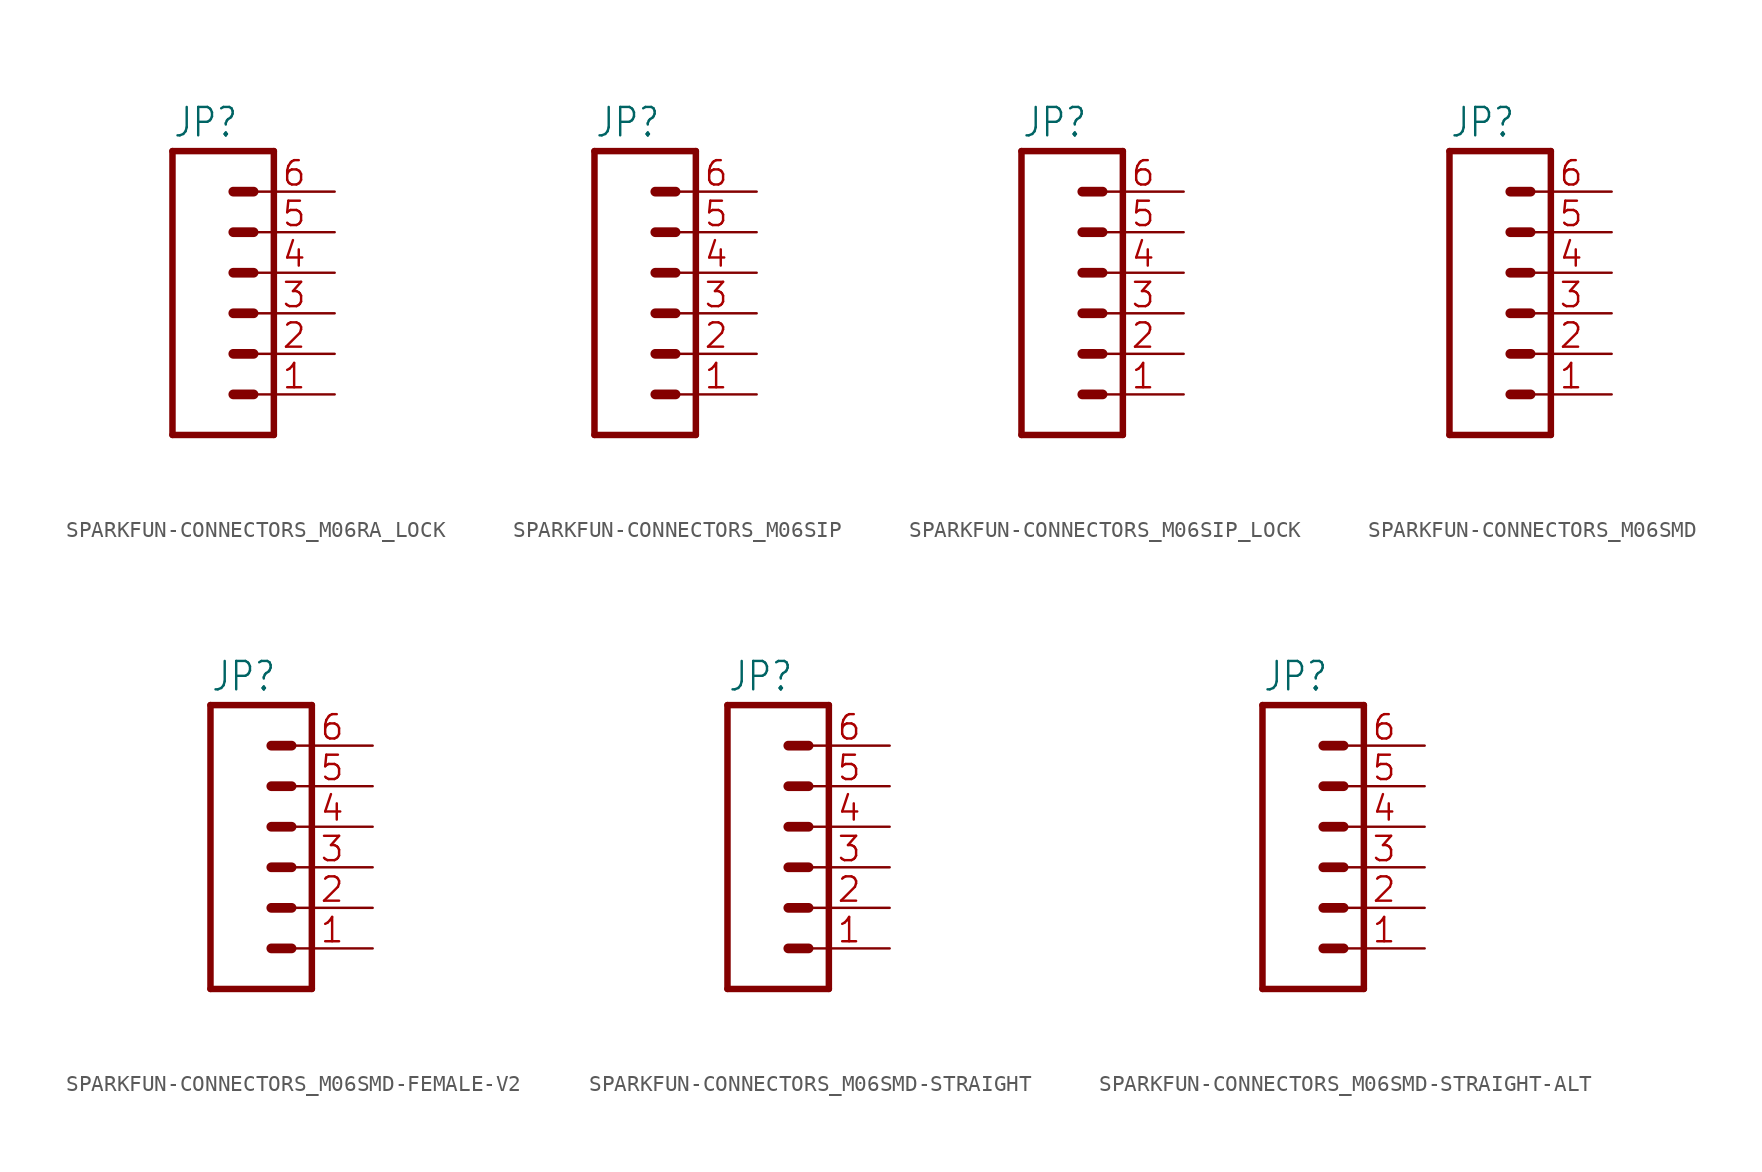
<source format=kicad_sym>
(kicad_symbol_lib
  (version 20241209)
  (generator "kicad_symbol_editor")
  (generator_version "9.0")
  (symbol "SPARKFUN-CONNECTORS_M06RA_LOCK"
    (property "Reference" "JP"
      (at -5.08 10.922 0)
      (effects (font (size 1.778 1.511)) (justify left bottom)))
    (property "Value" ""
      (at -5.08 -10.16 0)
      (effects (font (size 1.778 1.511)) (justify left bottom)))
    (property "ki_locked" ""
      (at 0 0 0)
      (effects (font (size 1.27 1.27))))
    (symbol "SPARKFUN-CONNECTORS_M06RA_LOCK_1_0"
      (polyline (pts (xy -5.08 10.16) (xy -5.08 -7.62)) (stroke (width 0.406) (type solid)) (fill (type none)))
      (polyline (pts (xy -5.08 10.16) (xy 1.27 10.16)) (stroke (width 0.406) (type solid)) (fill (type none)))
      (polyline (pts (xy -1.27 7.62) (xy 0 7.62)) (stroke (width 0.61) (type solid)) (fill (type none)))
      (polyline (pts (xy -1.27 5.08) (xy 0 5.08)) (stroke (width 0.61) (type solid)) (fill (type none)))
      (polyline (pts (xy -1.27 2.54) (xy 0 2.54)) (stroke (width 0.61) (type solid)) (fill (type none)))
      (polyline (pts (xy -1.27 0) (xy 0 0)) (stroke (width 0.61) (type solid)) (fill (type none)))
      (polyline (pts (xy -1.27 -2.54) (xy 0 -2.54)) (stroke (width 0.61) (type solid)) (fill (type none)))
      (polyline (pts (xy -1.27 -5.08) (xy 0 -5.08)) (stroke (width 0.61) (type solid)) (fill (type none)))
      (polyline (pts (xy 1.27 -7.62) (xy -5.08 -7.62)) (stroke (width 0.406) (type solid)) (fill (type none)))
      (polyline (pts (xy 1.27 -7.62) (xy 1.27 10.16)) (stroke (width 0.406) (type solid)) (fill (type none)))
      (pin passive line (at 5.08 7.62 180) (length 5.08) (name "6" (effects (font (size 0 0)))) (number "6" (effects (font (size 1.524 1.524)))))
      (pin passive line (at 5.08 5.08 180) (length 5.08) (name "5" (effects (font (size 0 0)))) (number "5" (effects (font (size 1.524 1.524)))))
      (pin passive line (at 5.08 2.54 180) (length 5.08) (name "4" (effects (font (size 0 0)))) (number "4" (effects (font (size 1.524 1.524)))))
      (pin passive line (at 5.08 0 180) (length 5.08) (name "3" (effects (font (size 0 0)))) (number "3" (effects (font (size 1.524 1.524)))))
      (pin passive line (at 5.08 -2.54 180) (length 5.08) (name "2" (effects (font (size 0 0)))) (number "2" (effects (font (size 1.524 1.524)))))
      (pin passive line (at 5.08 -5.08 180) (length 5.08) (name "1" (effects (font (size 0 0)))) (number "1" (effects (font (size 1.524 1.524)))))))
  (symbol "SPARKFUN-CONNECTORS_M06SIP"
    (property "Reference" "JP"
      (at -5.08 10.922 0)
      (effects (font (size 1.778 1.511)) (justify left bottom)))
    (property "Value" ""
      (at -5.08 -10.16 0)
      (effects (font (size 1.778 1.511)) (justify left bottom)))
    (property "ki_locked" ""
      (at 0 0 0)
      (effects (font (size 1.27 1.27))))
    (symbol "SPARKFUN-CONNECTORS_M06SIP_1_0"
      (polyline (pts (xy -5.08 10.16) (xy -5.08 -7.62)) (stroke (width 0.406) (type solid)) (fill (type none)))
      (polyline (pts (xy -5.08 10.16) (xy 1.27 10.16)) (stroke (width 0.406) (type solid)) (fill (type none)))
      (polyline (pts (xy -1.27 7.62) (xy 0 7.62)) (stroke (width 0.61) (type solid)) (fill (type none)))
      (polyline (pts (xy -1.27 5.08) (xy 0 5.08)) (stroke (width 0.61) (type solid)) (fill (type none)))
      (polyline (pts (xy -1.27 2.54) (xy 0 2.54)) (stroke (width 0.61) (type solid)) (fill (type none)))
      (polyline (pts (xy -1.27 0) (xy 0 0)) (stroke (width 0.61) (type solid)) (fill (type none)))
      (polyline (pts (xy -1.27 -2.54) (xy 0 -2.54)) (stroke (width 0.61) (type solid)) (fill (type none)))
      (polyline (pts (xy -1.27 -5.08) (xy 0 -5.08)) (stroke (width 0.61) (type solid)) (fill (type none)))
      (polyline (pts (xy 1.27 -7.62) (xy -5.08 -7.62)) (stroke (width 0.406) (type solid)) (fill (type none)))
      (polyline (pts (xy 1.27 -7.62) (xy 1.27 10.16)) (stroke (width 0.406) (type solid)) (fill (type none)))
      (pin passive line (at 5.08 7.62 180) (length 5.08) (name "6" (effects (font (size 0 0)))) (number "6" (effects (font (size 1.524 1.524)))))
      (pin passive line (at 5.08 5.08 180) (length 5.08) (name "5" (effects (font (size 0 0)))) (number "5" (effects (font (size 1.524 1.524)))))
      (pin passive line (at 5.08 2.54 180) (length 5.08) (name "4" (effects (font (size 0 0)))) (number "4" (effects (font (size 1.524 1.524)))))
      (pin passive line (at 5.08 0 180) (length 5.08) (name "3" (effects (font (size 0 0)))) (number "3" (effects (font (size 1.524 1.524)))))
      (pin passive line (at 5.08 -2.54 180) (length 5.08) (name "2" (effects (font (size 0 0)))) (number "2" (effects (font (size 1.524 1.524)))))
      (pin passive line (at 5.08 -5.08 180) (length 5.08) (name "1" (effects (font (size 0 0)))) (number "1" (effects (font (size 1.524 1.524)))))))
  (symbol "SPARKFUN-CONNECTORS_M06SIP_LOCK"
    (property "Reference" "JP"
      (at -5.08 10.922 0)
      (effects (font (size 1.778 1.511)) (justify left bottom)))
    (property "Value" ""
      (at -5.08 -10.16 0)
      (effects (font (size 1.778 1.511)) (justify left bottom)))
    (property "ki_locked" ""
      (at 0 0 0)
      (effects (font (size 1.27 1.27))))
    (symbol "SPARKFUN-CONNECTORS_M06SIP_LOCK_1_0"
      (polyline (pts (xy -5.08 10.16) (xy -5.08 -7.62)) (stroke (width 0.406) (type solid)) (fill (type none)))
      (polyline (pts (xy -5.08 10.16) (xy 1.27 10.16)) (stroke (width 0.406) (type solid)) (fill (type none)))
      (polyline (pts (xy -1.27 7.62) (xy 0 7.62)) (stroke (width 0.61) (type solid)) (fill (type none)))
      (polyline (pts (xy -1.27 5.08) (xy 0 5.08)) (stroke (width 0.61) (type solid)) (fill (type none)))
      (polyline (pts (xy -1.27 2.54) (xy 0 2.54)) (stroke (width 0.61) (type solid)) (fill (type none)))
      (polyline (pts (xy -1.27 0) (xy 0 0)) (stroke (width 0.61) (type solid)) (fill (type none)))
      (polyline (pts (xy -1.27 -2.54) (xy 0 -2.54)) (stroke (width 0.61) (type solid)) (fill (type none)))
      (polyline (pts (xy -1.27 -5.08) (xy 0 -5.08)) (stroke (width 0.61) (type solid)) (fill (type none)))
      (polyline (pts (xy 1.27 -7.62) (xy -5.08 -7.62)) (stroke (width 0.406) (type solid)) (fill (type none)))
      (polyline (pts (xy 1.27 -7.62) (xy 1.27 10.16)) (stroke (width 0.406) (type solid)) (fill (type none)))
      (pin passive line (at 5.08 7.62 180) (length 5.08) (name "6" (effects (font (size 0 0)))) (number "6" (effects (font (size 1.524 1.524)))))
      (pin passive line (at 5.08 5.08 180) (length 5.08) (name "5" (effects (font (size 0 0)))) (number "5" (effects (font (size 1.524 1.524)))))
      (pin passive line (at 5.08 2.54 180) (length 5.08) (name "4" (effects (font (size 0 0)))) (number "4" (effects (font (size 1.524 1.524)))))
      (pin passive line (at 5.08 0 180) (length 5.08) (name "3" (effects (font (size 0 0)))) (number "3" (effects (font (size 1.524 1.524)))))
      (pin passive line (at 5.08 -2.54 180) (length 5.08) (name "2" (effects (font (size 0 0)))) (number "2" (effects (font (size 1.524 1.524)))))
      (pin passive line (at 5.08 -5.08 180) (length 5.08) (name "1" (effects (font (size 0 0)))) (number "1" (effects (font (size 1.524 1.524)))))))
  (symbol "SPARKFUN-CONNECTORS_M06SMD"
    (property "Reference" "JP"
      (at -5.08 10.922 0)
      (effects (font (size 1.778 1.511)) (justify left bottom)))
    (property "Value" ""
      (at -5.08 -10.16 0)
      (effects (font (size 1.778 1.511)) (justify left bottom)))
    (property "ki_locked" ""
      (at 0 0 0)
      (effects (font (size 1.27 1.27))))
    (symbol "SPARKFUN-CONNECTORS_M06SMD_1_0"
      (polyline (pts (xy -5.08 10.16) (xy -5.08 -7.62)) (stroke (width 0.406) (type solid)) (fill (type none)))
      (polyline (pts (xy -5.08 10.16) (xy 1.27 10.16)) (stroke (width 0.406) (type solid)) (fill (type none)))
      (polyline (pts (xy -1.27 7.62) (xy 0 7.62)) (stroke (width 0.61) (type solid)) (fill (type none)))
      (polyline (pts (xy -1.27 5.08) (xy 0 5.08)) (stroke (width 0.61) (type solid)) (fill (type none)))
      (polyline (pts (xy -1.27 2.54) (xy 0 2.54)) (stroke (width 0.61) (type solid)) (fill (type none)))
      (polyline (pts (xy -1.27 0) (xy 0 0)) (stroke (width 0.61) (type solid)) (fill (type none)))
      (polyline (pts (xy -1.27 -2.54) (xy 0 -2.54)) (stroke (width 0.61) (type solid)) (fill (type none)))
      (polyline (pts (xy -1.27 -5.08) (xy 0 -5.08)) (stroke (width 0.61) (type solid)) (fill (type none)))
      (polyline (pts (xy 1.27 -7.62) (xy -5.08 -7.62)) (stroke (width 0.406) (type solid)) (fill (type none)))
      (polyline (pts (xy 1.27 -7.62) (xy 1.27 10.16)) (stroke (width 0.406) (type solid)) (fill (type none)))
      (pin passive line (at 5.08 7.62 180) (length 5.08) (name "6" (effects (font (size 0 0)))) (number "6" (effects (font (size 1.524 1.524)))))
      (pin passive line (at 5.08 5.08 180) (length 5.08) (name "5" (effects (font (size 0 0)))) (number "5" (effects (font (size 1.524 1.524)))))
      (pin passive line (at 5.08 2.54 180) (length 5.08) (name "4" (effects (font (size 0 0)))) (number "4" (effects (font (size 1.524 1.524)))))
      (pin passive line (at 5.08 0 180) (length 5.08) (name "3" (effects (font (size 0 0)))) (number "3" (effects (font (size 1.524 1.524)))))
      (pin passive line (at 5.08 -2.54 180) (length 5.08) (name "2" (effects (font (size 0 0)))) (number "2" (effects (font (size 1.524 1.524)))))
      (pin passive line (at 5.08 -5.08 180) (length 5.08) (name "1" (effects (font (size 0 0)))) (number "1" (effects (font (size 1.524 1.524)))))))
  (symbol "SPARKFUN-CONNECTORS_M06SMD-FEMALE-V2"
    (property "Reference" "JP"
      (at -5.08 10.922 0)
      (effects (font (size 1.778 1.511)) (justify left bottom)))
    (property "Value" ""
      (at -5.08 -10.16 0)
      (effects (font (size 1.778 1.511)) (justify left bottom)))
    (property "ki_locked" ""
      (at 0 0 0)
      (effects (font (size 1.27 1.27))))
    (symbol "SPARKFUN-CONNECTORS_M06SMD-FEMALE-V2_1_0"
      (polyline (pts (xy -5.08 10.16) (xy -5.08 -7.62)) (stroke (width 0.406) (type solid)) (fill (type none)))
      (polyline (pts (xy -5.08 10.16) (xy 1.27 10.16)) (stroke (width 0.406) (type solid)) (fill (type none)))
      (polyline (pts (xy -1.27 7.62) (xy 0 7.62)) (stroke (width 0.61) (type solid)) (fill (type none)))
      (polyline (pts (xy -1.27 5.08) (xy 0 5.08)) (stroke (width 0.61) (type solid)) (fill (type none)))
      (polyline (pts (xy -1.27 2.54) (xy 0 2.54)) (stroke (width 0.61) (type solid)) (fill (type none)))
      (polyline (pts (xy -1.27 0) (xy 0 0)) (stroke (width 0.61) (type solid)) (fill (type none)))
      (polyline (pts (xy -1.27 -2.54) (xy 0 -2.54)) (stroke (width 0.61) (type solid)) (fill (type none)))
      (polyline (pts (xy -1.27 -5.08) (xy 0 -5.08)) (stroke (width 0.61) (type solid)) (fill (type none)))
      (polyline (pts (xy 1.27 -7.62) (xy -5.08 -7.62)) (stroke (width 0.406) (type solid)) (fill (type none)))
      (polyline (pts (xy 1.27 -7.62) (xy 1.27 10.16)) (stroke (width 0.406) (type solid)) (fill (type none)))
      (pin passive line (at 5.08 7.62 180) (length 5.08) (name "6" (effects (font (size 0 0)))) (number "6" (effects (font (size 1.524 1.524)))))
      (pin passive line (at 5.08 5.08 180) (length 5.08) (name "5" (effects (font (size 0 0)))) (number "5" (effects (font (size 1.524 1.524)))))
      (pin passive line (at 5.08 2.54 180) (length 5.08) (name "4" (effects (font (size 0 0)))) (number "4" (effects (font (size 1.524 1.524)))))
      (pin passive line (at 5.08 0 180) (length 5.08) (name "3" (effects (font (size 0 0)))) (number "3" (effects (font (size 1.524 1.524)))))
      (pin passive line (at 5.08 -2.54 180) (length 5.08) (name "2" (effects (font (size 0 0)))) (number "2" (effects (font (size 1.524 1.524)))))
      (pin passive line (at 5.08 -5.08 180) (length 5.08) (name "1" (effects (font (size 0 0)))) (number "1" (effects (font (size 1.524 1.524)))))))
  (symbol "SPARKFUN-CONNECTORS_M06SMD-STRAIGHT"
    (property "Reference" "JP"
      (at -5.08 10.922 0)
      (effects (font (size 1.778 1.511)) (justify left bottom)))
    (property "Value" ""
      (at -5.08 -10.16 0)
      (effects (font (size 1.778 1.511)) (justify left bottom)))
    (property "ki_locked" ""
      (at 0 0 0)
      (effects (font (size 1.27 1.27))))
    (symbol "SPARKFUN-CONNECTORS_M06SMD-STRAIGHT_1_0"
      (polyline (pts (xy -5.08 10.16) (xy -5.08 -7.62)) (stroke (width 0.406) (type solid)) (fill (type none)))
      (polyline (pts (xy -5.08 10.16) (xy 1.27 10.16)) (stroke (width 0.406) (type solid)) (fill (type none)))
      (polyline (pts (xy -1.27 7.62) (xy 0 7.62)) (stroke (width 0.61) (type solid)) (fill (type none)))
      (polyline (pts (xy -1.27 5.08) (xy 0 5.08)) (stroke (width 0.61) (type solid)) (fill (type none)))
      (polyline (pts (xy -1.27 2.54) (xy 0 2.54)) (stroke (width 0.61) (type solid)) (fill (type none)))
      (polyline (pts (xy -1.27 0) (xy 0 0)) (stroke (width 0.61) (type solid)) (fill (type none)))
      (polyline (pts (xy -1.27 -2.54) (xy 0 -2.54)) (stroke (width 0.61) (type solid)) (fill (type none)))
      (polyline (pts (xy -1.27 -5.08) (xy 0 -5.08)) (stroke (width 0.61) (type solid)) (fill (type none)))
      (polyline (pts (xy 1.27 -7.62) (xy -5.08 -7.62)) (stroke (width 0.406) (type solid)) (fill (type none)))
      (polyline (pts (xy 1.27 -7.62) (xy 1.27 10.16)) (stroke (width 0.406) (type solid)) (fill (type none)))
      (pin passive line (at 5.08 7.62 180) (length 5.08) (name "6" (effects (font (size 0 0)))) (number "6" (effects (font (size 1.524 1.524)))))
      (pin passive line (at 5.08 5.08 180) (length 5.08) (name "5" (effects (font (size 0 0)))) (number "5" (effects (font (size 1.524 1.524)))))
      (pin passive line (at 5.08 2.54 180) (length 5.08) (name "4" (effects (font (size 0 0)))) (number "4" (effects (font (size 1.524 1.524)))))
      (pin passive line (at 5.08 0 180) (length 5.08) (name "3" (effects (font (size 0 0)))) (number "3" (effects (font (size 1.524 1.524)))))
      (pin passive line (at 5.08 -2.54 180) (length 5.08) (name "2" (effects (font (size 0 0)))) (number "2" (effects (font (size 1.524 1.524)))))
      (pin passive line (at 5.08 -5.08 180) (length 5.08) (name "1" (effects (font (size 0 0)))) (number "1" (effects (font (size 1.524 1.524)))))))
  (symbol "SPARKFUN-CONNECTORS_M06SMD-STRAIGHT-ALT"
    (property "Reference" "JP"
      (at -5.08 10.922 0)
      (effects (font (size 1.778 1.511)) (justify left bottom)))
    (property "Value" ""
      (at -5.08 -10.16 0)
      (effects (font (size 1.778 1.511)) (justify left bottom)))
    (property "ki_locked" ""
      (at 0 0 0)
      (effects (font (size 1.27 1.27))))
    (symbol "SPARKFUN-CONNECTORS_M06SMD-STRAIGHT-ALT_1_0"
      (polyline (pts (xy -5.08 10.16) (xy -5.08 -7.62)) (stroke (width 0.406) (type solid)) (fill (type none)))
      (polyline (pts (xy -5.08 10.16) (xy 1.27 10.16)) (stroke (width 0.406) (type solid)) (fill (type none)))
      (polyline (pts (xy -1.27 7.62) (xy 0 7.62)) (stroke (width 0.61) (type solid)) (fill (type none)))
      (polyline (pts (xy -1.27 5.08) (xy 0 5.08)) (stroke (width 0.61) (type solid)) (fill (type none)))
      (polyline (pts (xy -1.27 2.54) (xy 0 2.54)) (stroke (width 0.61) (type solid)) (fill (type none)))
      (polyline (pts (xy -1.27 0) (xy 0 0)) (stroke (width 0.61) (type solid)) (fill (type none)))
      (polyline (pts (xy -1.27 -2.54) (xy 0 -2.54)) (stroke (width 0.61) (type solid)) (fill (type none)))
      (polyline (pts (xy -1.27 -5.08) (xy 0 -5.08)) (stroke (width 0.61) (type solid)) (fill (type none)))
      (polyline (pts (xy 1.27 -7.62) (xy -5.08 -7.62)) (stroke (width 0.406) (type solid)) (fill (type none)))
      (polyline (pts (xy 1.27 -7.62) (xy 1.27 10.16)) (stroke (width 0.406) (type solid)) (fill (type none)))
      (pin passive line (at 5.08 7.62 180) (length 5.08) (name "6" (effects (font (size 0 0)))) (number "6" (effects (font (size 1.524 1.524)))))
      (pin passive line (at 5.08 5.08 180) (length 5.08) (name "5" (effects (font (size 0 0)))) (number "5" (effects (font (size 1.524 1.524)))))
      (pin passive line (at 5.08 2.54 180) (length 5.08) (name "4" (effects (font (size 0 0)))) (number "4" (effects (font (size 1.524 1.524)))))
      (pin passive line (at 5.08 0 180) (length 5.08) (name "3" (effects (font (size 0 0)))) (number "3" (effects (font (size 1.524 1.524)))))
      (pin passive line (at 5.08 -2.54 180) (length 5.08) (name "2" (effects (font (size 0 0)))) (number "2" (effects (font (size 1.524 1.524)))))
      (pin passive line (at 5.08 -5.08 180) (length 5.08) (name "1" (effects (font (size 0 0)))) (number "1" (effects (font (size 1.524 1.524))))))))
</source>
